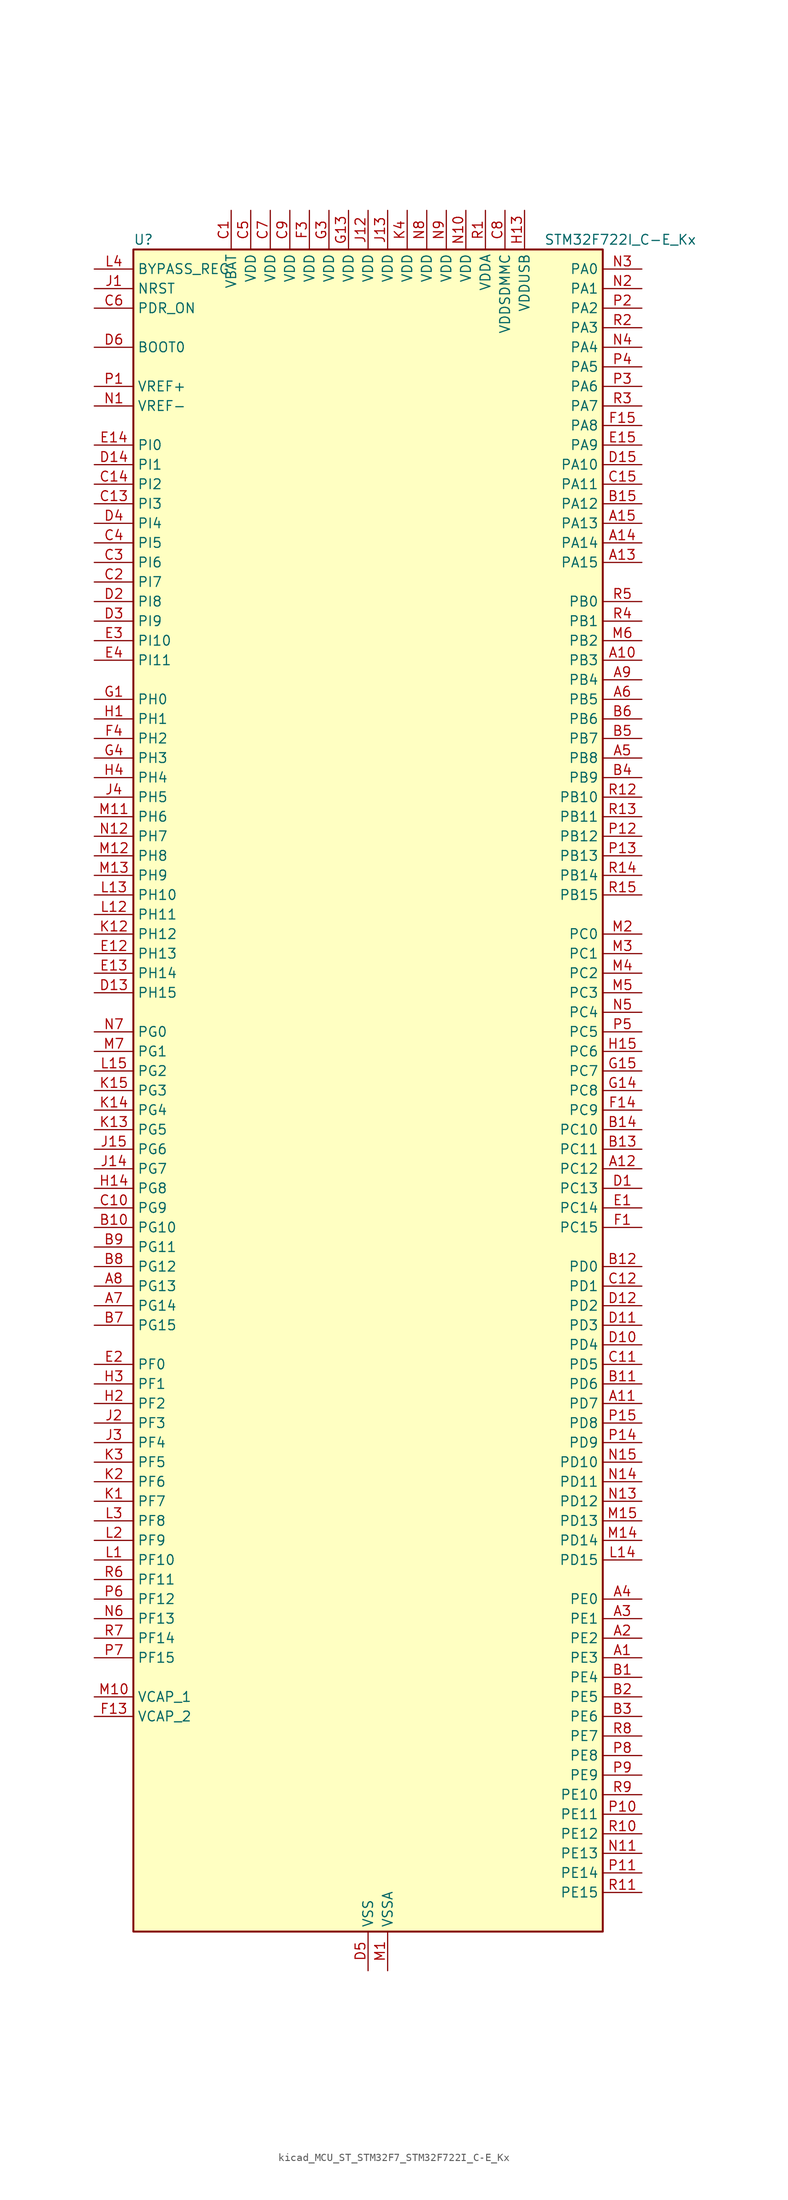
<source format=kicad_sym>
(kicad_symbol_lib
  (version 20220914)
  (generator kicad_symbol_editor)
  (symbol "kicad_MCU_ST_STM32F7_STM32F722I_C-E_Kx"
    (property "Reference" "U"
      (at -30.48 110.49 0)
      (effects (font (size 1.27 1.27)) (justify left)))
    (property "Value" "STM32F722I_C-E_Kx"
      (at 22.86 110.49 0)
      (effects (font (size 1.27 1.27)) (justify left)))
    (property "ki_locked" ""
      (at 0 0 0)
      (effects (font (size 1.27 1.27))))
    (symbol "kicad_MCU_ST_STM32F7_STM32F722I_C-E_Kx_0_1"
      (rectangle (start -30.48 -109.22) (end 30.48 109.22) (stroke (width 0.254) (type default)) (fill (type background))))
    (symbol "kicad_MCU_ST_STM32F7_STM32F722I_C-E_Kx_1_1"
      (pin bidirectional line (at 35.56 -73.66 180) (length 5.08) (name "PE3" (effects (font (size 1.27 1.27)))) (number "A1" (effects (font (size 1.27 1.27)))) (alternate "FMC_A19" bidirectional line) (alternate "SAI1_SD_B" bidirectional line) (alternate "SYS_TRACED0" bidirectional line))
      (pin bidirectional line (at 35.56 55.88 180) (length 5.08) (name "PB3" (effects (font (size 1.27 1.27)))) (number "A10" (effects (font (size 1.27 1.27)))) (alternate "I2S1_CK" bidirectional line) (alternate "I2S3_CK" bidirectional line) (alternate "SDMMC2_D2" bidirectional line) (alternate "SPI1_SCK" bidirectional line) (alternate "SPI3_SCK" bidirectional line) (alternate "SYS_JTDO-SWO" bidirectional line) (alternate "TIM2_CH2" bidirectional line))
      (pin bidirectional line (at 35.56 -40.64 180) (length 5.08) (name "PD7" (effects (font (size 1.27 1.27)))) (number "A11" (effects (font (size 1.27 1.27)))) (alternate "FMC_NE1" bidirectional line) (alternate "SDMMC2_CMD" bidirectional line) (alternate "USART2_CK" bidirectional line))
      (pin bidirectional line (at 35.56 -10.16 180) (length 5.08) (name "PC12" (effects (font (size 1.27 1.27)))) (number "A12" (effects (font (size 1.27 1.27)))) (alternate "I2S3_SD" bidirectional line) (alternate "SDMMC1_CK" bidirectional line) (alternate "SPI3_MOSI" bidirectional line) (alternate "SYS_TRACED3" bidirectional line) (alternate "UART5_TX" bidirectional line) (alternate "USART3_CK" bidirectional line))
      (pin bidirectional line (at 35.56 68.58 180) (length 5.08) (name "PA15" (effects (font (size 1.27 1.27)))) (number "A13" (effects (font (size 1.27 1.27)))) (alternate "I2S1_WS" bidirectional line) (alternate "I2S3_WS" bidirectional line) (alternate "SPI1_NSS" bidirectional line) (alternate "SPI3_NSS" bidirectional line) (alternate "SYS_JTDI" bidirectional line) (alternate "TIM2_CH1" bidirectional line) (alternate "TIM2_ETR" bidirectional line) (alternate "UART4_DE" bidirectional line) (alternate "UART4_RTS" bidirectional line))
      (pin bidirectional line (at 35.56 71.12 180) (length 5.08) (name "PA14" (effects (font (size 1.27 1.27)))) (number "A14" (effects (font (size 1.27 1.27)))) (alternate "SYS_JTCK-SWCLK" bidirectional line))
      (pin bidirectional line (at 35.56 73.66 180) (length 5.08) (name "PA13" (effects (font (size 1.27 1.27)))) (number "A15" (effects (font (size 1.27 1.27)))) (alternate "SYS_JTMS-SWDIO" bidirectional line))
      (pin bidirectional line (at 35.56 -71.12 180) (length 5.08) (name "PE2" (effects (font (size 1.27 1.27)))) (number "A2" (effects (font (size 1.27 1.27)))) (alternate "FMC_A23" bidirectional line) (alternate "QUADSPI_BK1_IO2" bidirectional line) (alternate "SAI1_MCLK_A" bidirectional line) (alternate "SPI4_SCK" bidirectional line) (alternate "SYS_TRACECLK" bidirectional line))
      (pin bidirectional line (at 35.56 -68.58 180) (length 5.08) (name "PE1" (effects (font (size 1.27 1.27)))) (number "A3" (effects (font (size 1.27 1.27)))) (alternate "FMC_NBL1" bidirectional line) (alternate "LPTIM1_IN2" bidirectional line) (alternate "UART8_TX" bidirectional line))
      (pin bidirectional line (at 35.56 -66.04 180) (length 5.08) (name "PE0" (effects (font (size 1.27 1.27)))) (number "A4" (effects (font (size 1.27 1.27)))) (alternate "FMC_NBL0" bidirectional line) (alternate "LPTIM1_ETR" bidirectional line) (alternate "SAI2_MCLK_A" bidirectional line) (alternate "TIM4_ETR" bidirectional line) (alternate "UART8_RX" bidirectional line))
      (pin bidirectional line (at 35.56 43.18 180) (length 5.08) (name "PB8" (effects (font (size 1.27 1.27)))) (number "A5" (effects (font (size 1.27 1.27)))) (alternate "CAN1_RX" bidirectional line) (alternate "I2C1_SCL" bidirectional line) (alternate "SDMMC1_D4" bidirectional line) (alternate "SDMMC2_D4" bidirectional line) (alternate "TIM10_CH1" bidirectional line) (alternate "TIM4_CH3" bidirectional line))
      (pin bidirectional line (at 35.56 50.8 180) (length 5.08) (name "PB5" (effects (font (size 1.27 1.27)))) (number "A6" (effects (font (size 1.27 1.27)))) (alternate "FMC_SDCKE1" bidirectional line) (alternate "I2C1_SMBA" bidirectional line) (alternate "I2S1_SD" bidirectional line) (alternate "I2S3_SD" bidirectional line) (alternate "SPI1_MOSI" bidirectional line) (alternate "SPI3_MOSI" bidirectional line) (alternate "TIM3_CH2" bidirectional line) (alternate "USB_OTG_HS_ULPI_D7" bidirectional line))
      (pin bidirectional line (at -35.56 -27.94 0) (length 5.08) (name "PG14" (effects (font (size 1.27 1.27)))) (number "A7" (effects (font (size 1.27 1.27)))) (alternate "FMC_A25" bidirectional line) (alternate "LPTIM1_ETR" bidirectional line) (alternate "QUADSPI_BK2_IO3" bidirectional line) (alternate "SYS_TRACED1" bidirectional line) (alternate "USART6_TX" bidirectional line))
      (pin bidirectional line (at -35.56 -25.4 0) (length 5.08) (name "PG13" (effects (font (size 1.27 1.27)))) (number "A8" (effects (font (size 1.27 1.27)))) (alternate "FMC_A24" bidirectional line) (alternate "LPTIM1_OUT" bidirectional line) (alternate "SYS_TRACED0" bidirectional line) (alternate "USART6_CTS" bidirectional line))
      (pin bidirectional line (at 35.56 53.34 180) (length 5.08) (name "PB4" (effects (font (size 1.27 1.27)))) (number "A9" (effects (font (size 1.27 1.27)))) (alternate "I2S2_WS" bidirectional line) (alternate "SDMMC2_D3" bidirectional line) (alternate "SPI1_MISO" bidirectional line) (alternate "SPI2_NSS" bidirectional line) (alternate "SPI3_MISO" bidirectional line) (alternate "SYS_JTRST" bidirectional line) (alternate "TIM3_CH1" bidirectional line))
      (pin bidirectional line (at 35.56 -76.2 180) (length 5.08) (name "PE4" (effects (font (size 1.27 1.27)))) (number "B1" (effects (font (size 1.27 1.27)))) (alternate "FMC_A20" bidirectional line) (alternate "SAI1_FS_A" bidirectional line) (alternate "SPI4_NSS" bidirectional line) (alternate "SYS_TRACED1" bidirectional line))
      (pin bidirectional line (at -35.56 -17.78 0) (length 5.08) (name "PG10" (effects (font (size 1.27 1.27)))) (number "B10" (effects (font (size 1.27 1.27)))) (alternate "FMC_NE3" bidirectional line) (alternate "SAI2_SD_B" bidirectional line) (alternate "SDMMC2_D1" bidirectional line))
      (pin bidirectional line (at 35.56 -38.1 180) (length 5.08) (name "PD6" (effects (font (size 1.27 1.27)))) (number "B11" (effects (font (size 1.27 1.27)))) (alternate "FMC_NWAIT" bidirectional line) (alternate "I2S3_SD" bidirectional line) (alternate "SAI1_SD_A" bidirectional line) (alternate "SDMMC2_CK" bidirectional line) (alternate "SPI3_MOSI" bidirectional line) (alternate "USART2_RX" bidirectional line))
      (pin bidirectional line (at 35.56 -22.86 180) (length 5.08) (name "PD0" (effects (font (size 1.27 1.27)))) (number "B12" (effects (font (size 1.27 1.27)))) (alternate "CAN1_RX" bidirectional line) (alternate "FMC_D2" bidirectional line) (alternate "FMC_DA2" bidirectional line))
      (pin bidirectional line (at 35.56 -7.62 180) (length 5.08) (name "PC11" (effects (font (size 1.27 1.27)))) (number "B13" (effects (font (size 1.27 1.27)))) (alternate "ADC1_EXTI11" bidirectional line) (alternate "ADC2_EXTI11" bidirectional line) (alternate "ADC3_EXTI11" bidirectional line) (alternate "QUADSPI_BK2_NCS" bidirectional line) (alternate "SDMMC1_D3" bidirectional line) (alternate "SPI3_MISO" bidirectional line) (alternate "UART4_RX" bidirectional line) (alternate "USART3_RX" bidirectional line))
      (pin bidirectional line (at 35.56 -5.08 180) (length 5.08) (name "PC10" (effects (font (size 1.27 1.27)))) (number "B14" (effects (font (size 1.27 1.27)))) (alternate "I2S3_CK" bidirectional line) (alternate "QUADSPI_BK1_IO1" bidirectional line) (alternate "SDMMC1_D2" bidirectional line) (alternate "SPI3_SCK" bidirectional line) (alternate "UART4_TX" bidirectional line) (alternate "USART3_TX" bidirectional line))
      (pin bidirectional line (at 35.56 76.2 180) (length 5.08) (name "PA12" (effects (font (size 1.27 1.27)))) (number "B15" (effects (font (size 1.27 1.27)))) (alternate "CAN1_TX" bidirectional line) (alternate "SAI2_FS_B" bidirectional line) (alternate "TIM1_ETR" bidirectional line) (alternate "USART1_DE" bidirectional line) (alternate "USART1_RTS" bidirectional line) (alternate "USB_OTG_FS_DP" bidirectional line))
      (pin bidirectional line (at 35.56 -78.74 180) (length 5.08) (name "PE5" (effects (font (size 1.27 1.27)))) (number "B2" (effects (font (size 1.27 1.27)))) (alternate "FMC_A21" bidirectional line) (alternate "SAI1_SCK_A" bidirectional line) (alternate "SPI4_MISO" bidirectional line) (alternate "SYS_TRACED2" bidirectional line) (alternate "TIM9_CH1" bidirectional line))
      (pin bidirectional line (at 35.56 -81.28 180) (length 5.08) (name "PE6" (effects (font (size 1.27 1.27)))) (number "B3" (effects (font (size 1.27 1.27)))) (alternate "FMC_A22" bidirectional line) (alternate "SAI1_SD_A" bidirectional line) (alternate "SAI2_MCLK_B" bidirectional line) (alternate "SPI4_MOSI" bidirectional line) (alternate "SYS_TRACED3" bidirectional line) (alternate "TIM1_BKIN2" bidirectional line) (alternate "TIM9_CH2" bidirectional line))
      (pin bidirectional line (at 35.56 40.64 180) (length 5.08) (name "PB9" (effects (font (size 1.27 1.27)))) (number "B4" (effects (font (size 1.27 1.27)))) (alternate "CAN1_TX" bidirectional line) (alternate "DAC_EXTI9" bidirectional line) (alternate "I2C1_SDA" bidirectional line) (alternate "I2S2_WS" bidirectional line) (alternate "SDMMC1_D5" bidirectional line) (alternate "SDMMC2_D5" bidirectional line) (alternate "SPI2_NSS" bidirectional line) (alternate "TIM11_CH1" bidirectional line) (alternate "TIM4_CH4" bidirectional line))
      (pin bidirectional line (at 35.56 45.72 180) (length 5.08) (name "PB7" (effects (font (size 1.27 1.27)))) (number "B5" (effects (font (size 1.27 1.27)))) (alternate "FMC_NL" bidirectional line) (alternate "I2C1_SDA" bidirectional line) (alternate "TIM4_CH2" bidirectional line) (alternate "USART1_RX" bidirectional line))
      (pin bidirectional line (at 35.56 48.26 180) (length 5.08) (name "PB6" (effects (font (size 1.27 1.27)))) (number "B6" (effects (font (size 1.27 1.27)))) (alternate "FMC_SDNE1" bidirectional line) (alternate "I2C1_SCL" bidirectional line) (alternate "QUADSPI_BK1_NCS" bidirectional line) (alternate "TIM4_CH1" bidirectional line) (alternate "USART1_TX" bidirectional line))
      (pin bidirectional line (at -35.56 -30.48 0) (length 5.08) (name "PG15" (effects (font (size 1.27 1.27)))) (number "B7" (effects (font (size 1.27 1.27)))) (alternate "FMC_SDNCAS" bidirectional line) (alternate "USART6_CTS" bidirectional line))
      (pin bidirectional line (at -35.56 -22.86 0) (length 5.08) (name "PG12" (effects (font (size 1.27 1.27)))) (number "B8" (effects (font (size 1.27 1.27)))) (alternate "FMC_NE4" bidirectional line) (alternate "LPTIM1_IN1" bidirectional line) (alternate "SDMMC2_D3" bidirectional line) (alternate "USART6_DE" bidirectional line) (alternate "USART6_RTS" bidirectional line))
      (pin bidirectional line (at -35.56 -20.32 0) (length 5.08) (name "PG11" (effects (font (size 1.27 1.27)))) (number "B9" (effects (font (size 1.27 1.27)))) (alternate "ADC1_EXTI11" bidirectional line) (alternate "ADC2_EXTI11" bidirectional line) (alternate "ADC3_EXTI11" bidirectional line) (alternate "FMC_INT" bidirectional line) (alternate "SDMMC2_D2" bidirectional line))
      (pin power_in line (at -17.78 114.3 270) (length 5.08) (name "VBAT" (effects (font (size 1.27 1.27)))) (number "C1" (effects (font (size 1.27 1.27)))))
      (pin bidirectional line (at -35.56 -15.24 0) (length 5.08) (name "PG9" (effects (font (size 1.27 1.27)))) (number "C10" (effects (font (size 1.27 1.27)))) (alternate "DAC_EXTI9" bidirectional line) (alternate "FMC_NCE" bidirectional line) (alternate "FMC_NE2" bidirectional line) (alternate "QUADSPI_BK2_IO2" bidirectional line) (alternate "SAI2_FS_B" bidirectional line) (alternate "SDMMC2_D0" bidirectional line) (alternate "USART6_RX" bidirectional line))
      (pin bidirectional line (at 35.56 -35.56 180) (length 5.08) (name "PD5" (effects (font (size 1.27 1.27)))) (number "C11" (effects (font (size 1.27 1.27)))) (alternate "FMC_NWE" bidirectional line) (alternate "USART2_TX" bidirectional line))
      (pin bidirectional line (at 35.56 -25.4 180) (length 5.08) (name "PD1" (effects (font (size 1.27 1.27)))) (number "C12" (effects (font (size 1.27 1.27)))) (alternate "CAN1_TX" bidirectional line) (alternate "FMC_D3" bidirectional line) (alternate "FMC_DA3" bidirectional line))
      (pin bidirectional line (at -35.56 76.2 0) (length 5.08) (name "PI3" (effects (font (size 1.27 1.27)))) (number "C13" (effects (font (size 1.27 1.27)))) (alternate "FMC_D27" bidirectional line) (alternate "I2S2_SD" bidirectional line) (alternate "SPI2_MOSI" bidirectional line) (alternate "TIM8_ETR" bidirectional line))
      (pin bidirectional line (at -35.56 78.74 0) (length 5.08) (name "PI2" (effects (font (size 1.27 1.27)))) (number "C14" (effects (font (size 1.27 1.27)))) (alternate "FMC_D26" bidirectional line) (alternate "SPI2_MISO" bidirectional line) (alternate "TIM8_CH4" bidirectional line))
      (pin bidirectional line (at 35.56 78.74 180) (length 5.08) (name "PA11" (effects (font (size 1.27 1.27)))) (number "C15" (effects (font (size 1.27 1.27)))) (alternate "ADC1_EXTI11" bidirectional line) (alternate "ADC2_EXTI11" bidirectional line) (alternate "ADC3_EXTI11" bidirectional line) (alternate "CAN1_RX" bidirectional line) (alternate "TIM1_CH4" bidirectional line) (alternate "USART1_CTS" bidirectional line) (alternate "USB_OTG_FS_DM" bidirectional line))
      (pin bidirectional line (at -35.56 66.04 0) (length 5.08) (name "PI7" (effects (font (size 1.27 1.27)))) (number "C2" (effects (font (size 1.27 1.27)))) (alternate "FMC_D29" bidirectional line) (alternate "SAI2_FS_A" bidirectional line) (alternate "TIM8_CH3" bidirectional line))
      (pin bidirectional line (at -35.56 68.58 0) (length 5.08) (name "PI6" (effects (font (size 1.27 1.27)))) (number "C3" (effects (font (size 1.27 1.27)))) (alternate "FMC_D28" bidirectional line) (alternate "SAI2_SD_A" bidirectional line) (alternate "TIM8_CH2" bidirectional line))
      (pin bidirectional line (at -35.56 71.12 0) (length 5.08) (name "PI5" (effects (font (size 1.27 1.27)))) (number "C4" (effects (font (size 1.27 1.27)))) (alternate "FMC_NBL3" bidirectional line) (alternate "SAI2_SCK_A" bidirectional line) (alternate "TIM8_CH1" bidirectional line))
      (pin power_in line (at -15.24 114.3 270) (length 5.08) (name "VDD" (effects (font (size 1.27 1.27)))) (number "C5" (effects (font (size 1.27 1.27)))))
      (pin input line (at -35.56 101.6 0) (length 5.08) (name "PDR_ON" (effects (font (size 1.27 1.27)))) (number "C6" (effects (font (size 1.27 1.27)))))
      (pin power_in line (at -12.7 114.3 270) (length 5.08) (name "VDD" (effects (font (size 1.27 1.27)))) (number "C7" (effects (font (size 1.27 1.27)))))
      (pin power_in line (at 17.78 114.3 270) (length 5.08) (name "VDDSDMMC" (effects (font (size 1.27 1.27)))) (number "C8" (effects (font (size 1.27 1.27)))))
      (pin power_in line (at -10.16 114.3 270) (length 5.08) (name "VDD" (effects (font (size 1.27 1.27)))) (number "C9" (effects (font (size 1.27 1.27)))))
      (pin bidirectional line (at 35.56 -12.7 180) (length 5.08) (name "PC13" (effects (font (size 1.27 1.27)))) (number "D1" (effects (font (size 1.27 1.27)))) (alternate "RTC_OUT" bidirectional line) (alternate "RTC_TAMP1" bidirectional line) (alternate "RTC_TS" bidirectional line) (alternate "SYS_WKUP4" bidirectional line))
      (pin bidirectional line (at 35.56 -33.02 180) (length 5.08) (name "PD4" (effects (font (size 1.27 1.27)))) (number "D10" (effects (font (size 1.27 1.27)))) (alternate "FMC_NOE" bidirectional line) (alternate "USART2_DE" bidirectional line) (alternate "USART2_RTS" bidirectional line))
      (pin bidirectional line (at 35.56 -30.48 180) (length 5.08) (name "PD3" (effects (font (size 1.27 1.27)))) (number "D11" (effects (font (size 1.27 1.27)))) (alternate "FMC_CLK" bidirectional line) (alternate "I2S2_CK" bidirectional line) (alternate "SPI2_SCK" bidirectional line) (alternate "USART2_CTS" bidirectional line))
      (pin bidirectional line (at 35.56 -27.94 180) (length 5.08) (name "PD2" (effects (font (size 1.27 1.27)))) (number "D12" (effects (font (size 1.27 1.27)))) (alternate "SDMMC1_CMD" bidirectional line) (alternate "SYS_TRACED2" bidirectional line) (alternate "TIM3_ETR" bidirectional line) (alternate "UART5_RX" bidirectional line))
      (pin bidirectional line (at -35.56 12.7 0) (length 5.08) (name "PH15" (effects (font (size 1.27 1.27)))) (number "D13" (effects (font (size 1.27 1.27)))) (alternate "FMC_D23" bidirectional line) (alternate "TIM8_CH3N" bidirectional line))
      (pin bidirectional line (at -35.56 81.28 0) (length 5.08) (name "PI1" (effects (font (size 1.27 1.27)))) (number "D14" (effects (font (size 1.27 1.27)))) (alternate "FMC_D25" bidirectional line) (alternate "I2S2_CK" bidirectional line) (alternate "SPI2_SCK" bidirectional line) (alternate "TIM8_BKIN2" bidirectional line))
      (pin bidirectional line (at 35.56 81.28 180) (length 5.08) (name "PA10" (effects (font (size 1.27 1.27)))) (number "D15" (effects (font (size 1.27 1.27)))) (alternate "TIM1_CH3" bidirectional line) (alternate "USART1_RX" bidirectional line) (alternate "USB_OTG_FS_ID" bidirectional line))
      (pin bidirectional line (at -35.56 63.5 0) (length 5.08) (name "PI8" (effects (font (size 1.27 1.27)))) (number "D2" (effects (font (size 1.27 1.27)))) (alternate "RTC_TAMP2" bidirectional line) (alternate "RTC_TS" bidirectional line) (alternate "SYS_WKUP5" bidirectional line))
      (pin bidirectional line (at -35.56 60.96 0) (length 5.08) (name "PI9" (effects (font (size 1.27 1.27)))) (number "D3" (effects (font (size 1.27 1.27)))) (alternate "CAN1_RX" bidirectional line) (alternate "DAC_EXTI9" bidirectional line) (alternate "FMC_D30" bidirectional line) (alternate "UART4_RX" bidirectional line))
      (pin bidirectional line (at -35.56 73.66 0) (length 5.08) (name "PI4" (effects (font (size 1.27 1.27)))) (number "D4" (effects (font (size 1.27 1.27)))) (alternate "FMC_NBL2" bidirectional line) (alternate "SAI2_MCLK_A" bidirectional line) (alternate "TIM8_BKIN" bidirectional line))
      (pin power_in line (at 0 -114.3 90) (length 5.08) (name "VSS" (effects (font (size 1.27 1.27)))) (number "D5" (effects (font (size 1.27 1.27)))))
      (pin input line (at -35.56 96.52 0) (length 5.08) (name "BOOT0" (effects (font (size 1.27 1.27)))) (number "D6" (effects (font (size 1.27 1.27)))))
      (pin passive line (at 0 -114.3 90) (length 5.08) hide (name "VSS" (effects (font (size 1.27 1.27)))) (number "D7" (effects (font (size 1.27 1.27)))))
      (pin passive line (at 0 -114.3 90) (length 5.08) hide (name "VSS" (effects (font (size 1.27 1.27)))) (number "D8" (effects (font (size 1.27 1.27)))))
      (pin passive line (at 0 -114.3 90) (length 5.08) hide (name "VSS" (effects (font (size 1.27 1.27)))) (number "D9" (effects (font (size 1.27 1.27)))))
      (pin bidirectional line (at 35.56 -15.24 180) (length 5.08) (name "PC14" (effects (font (size 1.27 1.27)))) (number "E1" (effects (font (size 1.27 1.27)))) (alternate "RCC_OSC32_IN" bidirectional line))
      (pin bidirectional line (at -35.56 17.78 0) (length 5.08) (name "PH13" (effects (font (size 1.27 1.27)))) (number "E12" (effects (font (size 1.27 1.27)))) (alternate "CAN1_TX" bidirectional line) (alternate "FMC_D21" bidirectional line) (alternate "TIM8_CH1N" bidirectional line) (alternate "UART4_TX" bidirectional line))
      (pin bidirectional line (at -35.56 15.24 0) (length 5.08) (name "PH14" (effects (font (size 1.27 1.27)))) (number "E13" (effects (font (size 1.27 1.27)))) (alternate "CAN1_RX" bidirectional line) (alternate "FMC_D22" bidirectional line) (alternate "TIM8_CH2N" bidirectional line) (alternate "UART4_RX" bidirectional line))
      (pin bidirectional line (at -35.56 83.82 0) (length 5.08) (name "PI0" (effects (font (size 1.27 1.27)))) (number "E14" (effects (font (size 1.27 1.27)))) (alternate "FMC_D24" bidirectional line) (alternate "I2S2_WS" bidirectional line) (alternate "SPI2_NSS" bidirectional line) (alternate "TIM5_CH4" bidirectional line))
      (pin bidirectional line (at 35.56 83.82 180) (length 5.08) (name "PA9" (effects (font (size 1.27 1.27)))) (number "E15" (effects (font (size 1.27 1.27)))) (alternate "DAC_EXTI9" bidirectional line) (alternate "I2C3_SMBA" bidirectional line) (alternate "I2S2_CK" bidirectional line) (alternate "SPI2_SCK" bidirectional line) (alternate "TIM1_CH2" bidirectional line) (alternate "USART1_TX" bidirectional line) (alternate "USB_OTG_FS_VBUS" bidirectional line))
      (pin bidirectional line (at -35.56 -35.56 0) (length 5.08) (name "PF0" (effects (font (size 1.27 1.27)))) (number "E2" (effects (font (size 1.27 1.27)))) (alternate "FMC_A0" bidirectional line) (alternate "I2C2_SDA" bidirectional line))
      (pin bidirectional line (at -35.56 58.42 0) (length 5.08) (name "PI10" (effects (font (size 1.27 1.27)))) (number "E3" (effects (font (size 1.27 1.27)))) (alternate "FMC_D31" bidirectional line))
      (pin bidirectional line (at -35.56 55.88 0) (length 5.08) (name "PI11" (effects (font (size 1.27 1.27)))) (number "E4" (effects (font (size 1.27 1.27)))) (alternate "ADC1_EXTI11" bidirectional line) (alternate "ADC2_EXTI11" bidirectional line) (alternate "ADC3_EXTI11" bidirectional line) (alternate "SYS_WKUP6" bidirectional line) (alternate "USB_OTG_HS_ULPI_DIR" bidirectional line))
      (pin bidirectional line (at 35.56 -17.78 180) (length 5.08) (name "PC15" (effects (font (size 1.27 1.27)))) (number "F1" (effects (font (size 1.27 1.27)))) (alternate "RCC_OSC32_OUT" bidirectional line))
      (pin passive line (at 0 -114.3 90) (length 5.08) hide (name "VSS" (effects (font (size 1.27 1.27)))) (number "F10" (effects (font (size 1.27 1.27)))))
      (pin passive line (at 0 -114.3 90) (length 5.08) hide (name "VSS" (effects (font (size 1.27 1.27)))) (number "F12" (effects (font (size 1.27 1.27)))))
      (pin power_out line (at -35.56 -81.28 0) (length 5.08) (name "VCAP_2" (effects (font (size 1.27 1.27)))) (number "F13" (effects (font (size 1.27 1.27)))))
      (pin bidirectional line (at 35.56 -2.54 180) (length 5.08) (name "PC9" (effects (font (size 1.27 1.27)))) (number "F14" (effects (font (size 1.27 1.27)))) (alternate "DAC_EXTI9" bidirectional line) (alternate "I2C3_SDA" bidirectional line) (alternate "I2S_CKIN" bidirectional line) (alternate "QUADSPI_BK1_IO0" bidirectional line) (alternate "RCC_MCO_2" bidirectional line) (alternate "SDMMC1_D1" bidirectional line) (alternate "TIM3_CH4" bidirectional line) (alternate "TIM8_CH4" bidirectional line) (alternate "UART5_CTS" bidirectional line))
      (pin bidirectional line (at 35.56 86.36 180) (length 5.08) (name "PA8" (effects (font (size 1.27 1.27)))) (number "F15" (effects (font (size 1.27 1.27)))) (alternate "I2C3_SCL" bidirectional line) (alternate "RCC_MCO_1" bidirectional line) (alternate "TIM1_CH1" bidirectional line) (alternate "TIM8_BKIN2" bidirectional line) (alternate "USART1_CK" bidirectional line) (alternate "USB_OTG_FS_SOF" bidirectional line))
      (pin passive line (at 0 -114.3 90) (length 5.08) hide (name "VSS" (effects (font (size 1.27 1.27)))) (number "F2" (effects (font (size 1.27 1.27)))))
      (pin power_in line (at -7.62 114.3 270) (length 5.08) (name "VDD" (effects (font (size 1.27 1.27)))) (number "F3" (effects (font (size 1.27 1.27)))))
      (pin bidirectional line (at -35.56 45.72 0) (length 5.08) (name "PH2" (effects (font (size 1.27 1.27)))) (number "F4" (effects (font (size 1.27 1.27)))) (alternate "FMC_SDCKE0" bidirectional line) (alternate "LPTIM1_IN2" bidirectional line) (alternate "QUADSPI_BK2_IO0" bidirectional line) (alternate "SAI2_SCK_B" bidirectional line))
      (pin passive line (at 0 -114.3 90) (length 5.08) hide (name "VSS" (effects (font (size 1.27 1.27)))) (number "F6" (effects (font (size 1.27 1.27)))))
      (pin passive line (at 0 -114.3 90) (length 5.08) hide (name "VSS" (effects (font (size 1.27 1.27)))) (number "F7" (effects (font (size 1.27 1.27)))))
      (pin passive line (at 0 -114.3 90) (length 5.08) hide (name "VSS" (effects (font (size 1.27 1.27)))) (number "F8" (effects (font (size 1.27 1.27)))))
      (pin passive line (at 0 -114.3 90) (length 5.08) hide (name "VSS" (effects (font (size 1.27 1.27)))) (number "F9" (effects (font (size 1.27 1.27)))))
      (pin bidirectional line (at -35.56 50.8 0) (length 5.08) (name "PH0" (effects (font (size 1.27 1.27)))) (number "G1" (effects (font (size 1.27 1.27)))) (alternate "RCC_OSC_IN" bidirectional line))
      (pin passive line (at 0 -114.3 90) (length 5.08) hide (name "VSS" (effects (font (size 1.27 1.27)))) (number "G10" (effects (font (size 1.27 1.27)))))
      (pin passive line (at 0 -114.3 90) (length 5.08) hide (name "VSS" (effects (font (size 1.27 1.27)))) (number "G12" (effects (font (size 1.27 1.27)))))
      (pin power_in line (at -2.54 114.3 270) (length 5.08) (name "VDD" (effects (font (size 1.27 1.27)))) (number "G13" (effects (font (size 1.27 1.27)))))
      (pin bidirectional line (at 35.56 0 180) (length 5.08) (name "PC8" (effects (font (size 1.27 1.27)))) (number "G14" (effects (font (size 1.27 1.27)))) (alternate "SDMMC1_D0" bidirectional line) (alternate "SYS_TRACED1" bidirectional line) (alternate "TIM3_CH3" bidirectional line) (alternate "TIM8_CH3" bidirectional line) (alternate "UART5_DE" bidirectional line) (alternate "UART5_RTS" bidirectional line) (alternate "USART6_CK" bidirectional line))
      (pin bidirectional line (at 35.56 2.54 180) (length 5.08) (name "PC7" (effects (font (size 1.27 1.27)))) (number "G15" (effects (font (size 1.27 1.27)))) (alternate "I2S3_MCK" bidirectional line) (alternate "SDMMC1_D7" bidirectional line) (alternate "SDMMC2_D7" bidirectional line) (alternate "TIM3_CH2" bidirectional line) (alternate "TIM8_CH2" bidirectional line) (alternate "USART6_RX" bidirectional line))
      (pin passive line (at 0 -114.3 90) (length 5.08) hide (name "VSS" (effects (font (size 1.27 1.27)))) (number "G2" (effects (font (size 1.27 1.27)))))
      (pin power_in line (at -5.08 114.3 270) (length 5.08) (name "VDD" (effects (font (size 1.27 1.27)))) (number "G3" (effects (font (size 1.27 1.27)))))
      (pin bidirectional line (at -35.56 43.18 0) (length 5.08) (name "PH3" (effects (font (size 1.27 1.27)))) (number "G4" (effects (font (size 1.27 1.27)))) (alternate "FMC_SDNE0" bidirectional line) (alternate "QUADSPI_BK2_IO1" bidirectional line) (alternate "SAI2_MCLK_B" bidirectional line))
      (pin passive line (at 0 -114.3 90) (length 5.08) hide (name "VSS" (effects (font (size 1.27 1.27)))) (number "G6" (effects (font (size 1.27 1.27)))))
      (pin passive line (at 0 -114.3 90) (length 5.08) hide (name "VSS" (effects (font (size 1.27 1.27)))) (number "G7" (effects (font (size 1.27 1.27)))))
      (pin passive line (at 0 -114.3 90) (length 5.08) hide (name "VSS" (effects (font (size 1.27 1.27)))) (number "G8" (effects (font (size 1.27 1.27)))))
      (pin passive line (at 0 -114.3 90) (length 5.08) hide (name "VSS" (effects (font (size 1.27 1.27)))) (number "G9" (effects (font (size 1.27 1.27)))))
      (pin bidirectional line (at -35.56 48.26 0) (length 5.08) (name "PH1" (effects (font (size 1.27 1.27)))) (number "H1" (effects (font (size 1.27 1.27)))) (alternate "RCC_OSC_OUT" bidirectional line))
      (pin passive line (at 0 -114.3 90) (length 5.08) hide (name "VSS" (effects (font (size 1.27 1.27)))) (number "H10" (effects (font (size 1.27 1.27)))))
      (pin passive line (at 0 -114.3 90) (length 5.08) hide (name "VSS" (effects (font (size 1.27 1.27)))) (number "H12" (effects (font (size 1.27 1.27)))))
      (pin power_in line (at 20.32 114.3 270) (length 5.08) (name "VDDUSB" (effects (font (size 1.27 1.27)))) (number "H13" (effects (font (size 1.27 1.27)))))
      (pin bidirectional line (at -35.56 -12.7 0) (length 5.08) (name "PG8" (effects (font (size 1.27 1.27)))) (number "H14" (effects (font (size 1.27 1.27)))) (alternate "FMC_SDCLK" bidirectional line) (alternate "USART6_DE" bidirectional line) (alternate "USART6_RTS" bidirectional line))
      (pin bidirectional line (at 35.56 5.08 180) (length 5.08) (name "PC6" (effects (font (size 1.27 1.27)))) (number "H15" (effects (font (size 1.27 1.27)))) (alternate "I2S2_MCK" bidirectional line) (alternate "SDMMC1_D6" bidirectional line) (alternate "SDMMC2_D6" bidirectional line) (alternate "TIM3_CH1" bidirectional line) (alternate "TIM8_CH1" bidirectional line) (alternate "USART6_TX" bidirectional line))
      (pin bidirectional line (at -35.56 -40.64 0) (length 5.08) (name "PF2" (effects (font (size 1.27 1.27)))) (number "H2" (effects (font (size 1.27 1.27)))) (alternate "FMC_A2" bidirectional line) (alternate "I2C2_SMBA" bidirectional line))
      (pin bidirectional line (at -35.56 -38.1 0) (length 5.08) (name "PF1" (effects (font (size 1.27 1.27)))) (number "H3" (effects (font (size 1.27 1.27)))) (alternate "FMC_A1" bidirectional line) (alternate "I2C2_SCL" bidirectional line))
      (pin bidirectional line (at -35.56 40.64 0) (length 5.08) (name "PH4" (effects (font (size 1.27 1.27)))) (number "H4" (effects (font (size 1.27 1.27)))) (alternate "I2C2_SCL" bidirectional line) (alternate "USB_OTG_HS_ULPI_NXT" bidirectional line))
      (pin passive line (at 0 -114.3 90) (length 5.08) hide (name "VSS" (effects (font (size 1.27 1.27)))) (number "H6" (effects (font (size 1.27 1.27)))))
      (pin passive line (at 0 -114.3 90) (length 5.08) hide (name "VSS" (effects (font (size 1.27 1.27)))) (number "H7" (effects (font (size 1.27 1.27)))))
      (pin passive line (at 0 -114.3 90) (length 5.08) hide (name "VSS" (effects (font (size 1.27 1.27)))) (number "H8" (effects (font (size 1.27 1.27)))))
      (pin passive line (at 0 -114.3 90) (length 5.08) hide (name "VSS" (effects (font (size 1.27 1.27)))) (number "H9" (effects (font (size 1.27 1.27)))))
      (pin input line (at -35.56 104.14 0) (length 5.08) (name "NRST" (effects (font (size 1.27 1.27)))) (number "J1" (effects (font (size 1.27 1.27)))))
      (pin passive line (at 0 -114.3 90) (length 5.08) hide (name "VSS" (effects (font (size 1.27 1.27)))) (number "J10" (effects (font (size 1.27 1.27)))))
      (pin power_in line (at 0 114.3 270) (length 5.08) (name "VDD" (effects (font (size 1.27 1.27)))) (number "J12" (effects (font (size 1.27 1.27)))))
      (pin power_in line (at 2.54 114.3 270) (length 5.08) (name "VDD" (effects (font (size 1.27 1.27)))) (number "J13" (effects (font (size 1.27 1.27)))))
      (pin bidirectional line (at -35.56 -10.16 0) (length 5.08) (name "PG7" (effects (font (size 1.27 1.27)))) (number "J14" (effects (font (size 1.27 1.27)))) (alternate "FMC_INT" bidirectional line) (alternate "USART6_CK" bidirectional line))
      (pin bidirectional line (at -35.56 -7.62 0) (length 5.08) (name "PG6" (effects (font (size 1.27 1.27)))) (number "J15" (effects (font (size 1.27 1.27)))))
      (pin bidirectional line (at -35.56 -43.18 0) (length 5.08) (name "PF3" (effects (font (size 1.27 1.27)))) (number "J2" (effects (font (size 1.27 1.27)))) (alternate "ADC3_IN9" bidirectional line) (alternate "FMC_A3" bidirectional line))
      (pin bidirectional line (at -35.56 -45.72 0) (length 5.08) (name "PF4" (effects (font (size 1.27 1.27)))) (number "J3" (effects (font (size 1.27 1.27)))) (alternate "ADC3_IN14" bidirectional line) (alternate "FMC_A4" bidirectional line))
      (pin bidirectional line (at -35.56 38.1 0) (length 5.08) (name "PH5" (effects (font (size 1.27 1.27)))) (number "J4" (effects (font (size 1.27 1.27)))) (alternate "FMC_SDNWE" bidirectional line) (alternate "I2C2_SDA" bidirectional line) (alternate "SPI5_NSS" bidirectional line))
      (pin passive line (at 0 -114.3 90) (length 5.08) hide (name "VSS" (effects (font (size 1.27 1.27)))) (number "J6" (effects (font (size 1.27 1.27)))))
      (pin passive line (at 0 -114.3 90) (length 5.08) hide (name "VSS" (effects (font (size 1.27 1.27)))) (number "J7" (effects (font (size 1.27 1.27)))))
      (pin passive line (at 0 -114.3 90) (length 5.08) hide (name "VSS" (effects (font (size 1.27 1.27)))) (number "J8" (effects (font (size 1.27 1.27)))))
      (pin passive line (at 0 -114.3 90) (length 5.08) hide (name "VSS" (effects (font (size 1.27 1.27)))) (number "J9" (effects (font (size 1.27 1.27)))))
      (pin bidirectional line (at -35.56 -53.34 0) (length 5.08) (name "PF7" (effects (font (size 1.27 1.27)))) (number "K1" (effects (font (size 1.27 1.27)))) (alternate "ADC3_IN5" bidirectional line) (alternate "QUADSPI_BK1_IO2" bidirectional line) (alternate "SAI1_MCLK_B" bidirectional line) (alternate "SPI5_SCK" bidirectional line) (alternate "TIM11_CH1" bidirectional line) (alternate "UART7_TX" bidirectional line))
      (pin passive line (at 0 -114.3 90) (length 5.08) hide (name "VSS" (effects (font (size 1.27 1.27)))) (number "K10" (effects (font (size 1.27 1.27)))))
      (pin bidirectional line (at -35.56 20.32 0) (length 5.08) (name "PH12" (effects (font (size 1.27 1.27)))) (number "K12" (effects (font (size 1.27 1.27)))) (alternate "FMC_D20" bidirectional line) (alternate "TIM5_CH3" bidirectional line))
      (pin bidirectional line (at -35.56 -5.08 0) (length 5.08) (name "PG5" (effects (font (size 1.27 1.27)))) (number "K13" (effects (font (size 1.27 1.27)))) (alternate "FMC_A15" bidirectional line) (alternate "FMC_BA1" bidirectional line))
      (pin bidirectional line (at -35.56 -2.54 0) (length 5.08) (name "PG4" (effects (font (size 1.27 1.27)))) (number "K14" (effects (font (size 1.27 1.27)))) (alternate "FMC_A14" bidirectional line) (alternate "FMC_BA0" bidirectional line))
      (pin bidirectional line (at -35.56 0 0) (length 5.08) (name "PG3" (effects (font (size 1.27 1.27)))) (number "K15" (effects (font (size 1.27 1.27)))) (alternate "FMC_A13" bidirectional line))
      (pin bidirectional line (at -35.56 -50.8 0) (length 5.08) (name "PF6" (effects (font (size 1.27 1.27)))) (number "K2" (effects (font (size 1.27 1.27)))) (alternate "ADC3_IN4" bidirectional line) (alternate "QUADSPI_BK1_IO3" bidirectional line) (alternate "SAI1_SD_B" bidirectional line) (alternate "SPI5_NSS" bidirectional line) (alternate "TIM10_CH1" bidirectional line) (alternate "UART7_RX" bidirectional line))
      (pin bidirectional line (at -35.56 -48.26 0) (length 5.08) (name "PF5" (effects (font (size 1.27 1.27)))) (number "K3" (effects (font (size 1.27 1.27)))) (alternate "ADC3_IN15" bidirectional line) (alternate "FMC_A5" bidirectional line))
      (pin power_in line (at 5.08 114.3 270) (length 5.08) (name "VDD" (effects (font (size 1.27 1.27)))) (number "K4" (effects (font (size 1.27 1.27)))))
      (pin passive line (at 0 -114.3 90) (length 5.08) hide (name "VSS" (effects (font (size 1.27 1.27)))) (number "K6" (effects (font (size 1.27 1.27)))))
      (pin passive line (at 0 -114.3 90) (length 5.08) hide (name "VSS" (effects (font (size 1.27 1.27)))) (number "K7" (effects (font (size 1.27 1.27)))))
      (pin passive line (at 0 -114.3 90) (length 5.08) hide (name "VSS" (effects (font (size 1.27 1.27)))) (number "K8" (effects (font (size 1.27 1.27)))))
      (pin passive line (at 0 -114.3 90) (length 5.08) hide (name "VSS" (effects (font (size 1.27 1.27)))) (number "K9" (effects (font (size 1.27 1.27)))))
      (pin bidirectional line (at -35.56 -60.96 0) (length 5.08) (name "PF10" (effects (font (size 1.27 1.27)))) (number "L1" (effects (font (size 1.27 1.27)))) (alternate "ADC3_IN8" bidirectional line))
      (pin bidirectional line (at -35.56 22.86 0) (length 5.08) (name "PH11" (effects (font (size 1.27 1.27)))) (number "L12" (effects (font (size 1.27 1.27)))) (alternate "ADC1_EXTI11" bidirectional line) (alternate "ADC2_EXTI11" bidirectional line) (alternate "ADC3_EXTI11" bidirectional line) (alternate "FMC_D19" bidirectional line) (alternate "TIM5_CH2" bidirectional line))
      (pin bidirectional line (at -35.56 25.4 0) (length 5.08) (name "PH10" (effects (font (size 1.27 1.27)))) (number "L13" (effects (font (size 1.27 1.27)))) (alternate "FMC_D18" bidirectional line) (alternate "TIM5_CH1" bidirectional line))
      (pin bidirectional line (at 35.56 -60.96 180) (length 5.08) (name "PD15" (effects (font (size 1.27 1.27)))) (number "L14" (effects (font (size 1.27 1.27)))) (alternate "FMC_D1" bidirectional line) (alternate "FMC_DA1" bidirectional line) (alternate "TIM4_CH4" bidirectional line) (alternate "UART8_DE" bidirectional line) (alternate "UART8_RTS" bidirectional line))
      (pin bidirectional line (at -35.56 2.54 0) (length 5.08) (name "PG2" (effects (font (size 1.27 1.27)))) (number "L15" (effects (font (size 1.27 1.27)))) (alternate "FMC_A12" bidirectional line))
      (pin bidirectional line (at -35.56 -58.42 0) (length 5.08) (name "PF9" (effects (font (size 1.27 1.27)))) (number "L2" (effects (font (size 1.27 1.27)))) (alternate "ADC3_IN7" bidirectional line) (alternate "DAC_EXTI9" bidirectional line) (alternate "QUADSPI_BK1_IO1" bidirectional line) (alternate "SAI1_FS_B" bidirectional line) (alternate "SPI5_MOSI" bidirectional line) (alternate "TIM14_CH1" bidirectional line) (alternate "UART7_CTS" bidirectional line))
      (pin bidirectional line (at -35.56 -55.88 0) (length 5.08) (name "PF8" (effects (font (size 1.27 1.27)))) (number "L3" (effects (font (size 1.27 1.27)))) (alternate "ADC3_IN6" bidirectional line) (alternate "QUADSPI_BK1_IO0" bidirectional line) (alternate "SAI1_SCK_B" bidirectional line) (alternate "SPI5_MISO" bidirectional line) (alternate "TIM13_CH1" bidirectional line) (alternate "UART7_DE" bidirectional line) (alternate "UART7_RTS" bidirectional line))
      (pin input line (at -35.56 106.68 0) (length 5.08) (name "BYPASS_REG" (effects (font (size 1.27 1.27)))) (number "L4" (effects (font (size 1.27 1.27)))))
      (pin power_in line (at 2.54 -114.3 90) (length 5.08) (name "VSSA" (effects (font (size 1.27 1.27)))) (number "M1" (effects (font (size 1.27 1.27)))))
      (pin power_out line (at -35.56 -78.74 0) (length 5.08) (name "VCAP_1" (effects (font (size 1.27 1.27)))) (number "M10" (effects (font (size 1.27 1.27)))))
      (pin bidirectional line (at -35.56 35.56 0) (length 5.08) (name "PH6" (effects (font (size 1.27 1.27)))) (number "M11" (effects (font (size 1.27 1.27)))) (alternate "FMC_SDNE1" bidirectional line) (alternate "I2C2_SMBA" bidirectional line) (alternate "SPI5_SCK" bidirectional line) (alternate "TIM12_CH1" bidirectional line))
      (pin bidirectional line (at -35.56 30.48 0) (length 5.08) (name "PH8" (effects (font (size 1.27 1.27)))) (number "M12" (effects (font (size 1.27 1.27)))) (alternate "FMC_D16" bidirectional line) (alternate "I2C3_SDA" bidirectional line))
      (pin bidirectional line (at -35.56 27.94 0) (length 5.08) (name "PH9" (effects (font (size 1.27 1.27)))) (number "M13" (effects (font (size 1.27 1.27)))) (alternate "DAC_EXTI9" bidirectional line) (alternate "FMC_D17" bidirectional line) (alternate "I2C3_SMBA" bidirectional line) (alternate "TIM12_CH2" bidirectional line))
      (pin bidirectional line (at 35.56 -58.42 180) (length 5.08) (name "PD14" (effects (font (size 1.27 1.27)))) (number "M14" (effects (font (size 1.27 1.27)))) (alternate "FMC_D0" bidirectional line) (alternate "FMC_DA0" bidirectional line) (alternate "TIM4_CH3" bidirectional line) (alternate "UART8_CTS" bidirectional line))
      (pin bidirectional line (at 35.56 -55.88 180) (length 5.08) (name "PD13" (effects (font (size 1.27 1.27)))) (number "M15" (effects (font (size 1.27 1.27)))) (alternate "FMC_A18" bidirectional line) (alternate "LPTIM1_OUT" bidirectional line) (alternate "QUADSPI_BK1_IO3" bidirectional line) (alternate "SAI2_SCK_A" bidirectional line) (alternate "TIM4_CH2" bidirectional line))
      (pin bidirectional line (at 35.56 20.32 180) (length 5.08) (name "PC0" (effects (font (size 1.27 1.27)))) (number "M2" (effects (font (size 1.27 1.27)))) (alternate "ADC1_IN10" bidirectional line) (alternate "ADC2_IN10" bidirectional line) (alternate "ADC3_IN10" bidirectional line) (alternate "FMC_SDNWE" bidirectional line) (alternate "SAI2_FS_B" bidirectional line) (alternate "USB_OTG_HS_ULPI_STP" bidirectional line))
      (pin bidirectional line (at 35.56 17.78 180) (length 5.08) (name "PC1" (effects (font (size 1.27 1.27)))) (number "M3" (effects (font (size 1.27 1.27)))) (alternate "ADC1_IN11" bidirectional line) (alternate "ADC2_IN11" bidirectional line) (alternate "ADC3_IN11" bidirectional line) (alternate "I2S2_SD" bidirectional line) (alternate "RTC_TAMP3" bidirectional line) (alternate "RTC_TS" bidirectional line) (alternate "SAI1_SD_A" bidirectional line) (alternate "SPI2_MOSI" bidirectional line) (alternate "SYS_TRACED0" bidirectional line) (alternate "SYS_WKUP3" bidirectional line))
      (pin bidirectional line (at 35.56 15.24 180) (length 5.08) (name "PC2" (effects (font (size 1.27 1.27)))) (number "M4" (effects (font (size 1.27 1.27)))) (alternate "ADC1_IN12" bidirectional line) (alternate "ADC2_IN12" bidirectional line) (alternate "ADC3_IN12" bidirectional line) (alternate "FMC_SDNE0" bidirectional line) (alternate "SPI2_MISO" bidirectional line) (alternate "USB_OTG_HS_ULPI_DIR" bidirectional line))
      (pin bidirectional line (at 35.56 12.7 180) (length 5.08) (name "PC3" (effects (font (size 1.27 1.27)))) (number "M5" (effects (font (size 1.27 1.27)))) (alternate "ADC1_IN13" bidirectional line) (alternate "ADC2_IN13" bidirectional line) (alternate "ADC3_IN13" bidirectional line) (alternate "FMC_SDCKE0" bidirectional line) (alternate "I2S2_SD" bidirectional line) (alternate "SPI2_MOSI" bidirectional line) (alternate "USB_OTG_HS_ULPI_NXT" bidirectional line))
      (pin bidirectional line (at 35.56 58.42 180) (length 5.08) (name "PB2" (effects (font (size 1.27 1.27)))) (number "M6" (effects (font (size 1.27 1.27)))) (alternate "I2S3_SD" bidirectional line) (alternate "QUADSPI_CLK" bidirectional line) (alternate "SAI1_SD_A" bidirectional line) (alternate "SPI3_MOSI" bidirectional line))
      (pin bidirectional line (at -35.56 5.08 0) (length 5.08) (name "PG1" (effects (font (size 1.27 1.27)))) (number "M7" (effects (font (size 1.27 1.27)))) (alternate "FMC_A11" bidirectional line))
      (pin passive line (at 0 -114.3 90) (length 5.08) hide (name "VSS" (effects (font (size 1.27 1.27)))) (number "M8" (effects (font (size 1.27 1.27)))))
      (pin passive line (at 0 -114.3 90) (length 5.08) hide (name "VSS" (effects (font (size 1.27 1.27)))) (number "M9" (effects (font (size 1.27 1.27)))))
      (pin input line (at -35.56 88.9 0) (length 5.08) (name "VREF-" (effects (font (size 1.27 1.27)))) (number "N1" (effects (font (size 1.27 1.27)))))
      (pin power_in line (at 12.7 114.3 270) (length 5.08) (name "VDD" (effects (font (size 1.27 1.27)))) (number "N10" (effects (font (size 1.27 1.27)))))
      (pin bidirectional line (at 35.56 -99.06 180) (length 5.08) (name "PE13" (effects (font (size 1.27 1.27)))) (number "N11" (effects (font (size 1.27 1.27)))) (alternate "FMC_D10" bidirectional line) (alternate "FMC_DA10" bidirectional line) (alternate "SAI2_FS_B" bidirectional line) (alternate "SPI4_MISO" bidirectional line) (alternate "TIM1_CH3" bidirectional line))
      (pin bidirectional line (at -35.56 33.02 0) (length 5.08) (name "PH7" (effects (font (size 1.27 1.27)))) (number "N12" (effects (font (size 1.27 1.27)))) (alternate "FMC_SDCKE1" bidirectional line) (alternate "I2C3_SCL" bidirectional line) (alternate "SPI5_MISO" bidirectional line))
      (pin bidirectional line (at 35.56 -53.34 180) (length 5.08) (name "PD12" (effects (font (size 1.27 1.27)))) (number "N13" (effects (font (size 1.27 1.27)))) (alternate "FMC_A17" bidirectional line) (alternate "FMC_ALE" bidirectional line) (alternate "LPTIM1_IN1" bidirectional line) (alternate "QUADSPI_BK1_IO1" bidirectional line) (alternate "SAI2_FS_A" bidirectional line) (alternate "TIM4_CH1" bidirectional line) (alternate "USART3_DE" bidirectional line) (alternate "USART3_RTS" bidirectional line))
      (pin bidirectional line (at 35.56 -50.8 180) (length 5.08) (name "PD11" (effects (font (size 1.27 1.27)))) (number "N14" (effects (font (size 1.27 1.27)))) (alternate "ADC1_EXTI11" bidirectional line) (alternate "ADC2_EXTI11" bidirectional line) (alternate "ADC3_EXTI11" bidirectional line) (alternate "FMC_A16" bidirectional line) (alternate "FMC_CLE" bidirectional line) (alternate "QUADSPI_BK1_IO0" bidirectional line) (alternate "SAI2_SD_A" bidirectional line) (alternate "USART3_CTS" bidirectional line))
      (pin bidirectional line (at 35.56 -48.26 180) (length 5.08) (name "PD10" (effects (font (size 1.27 1.27)))) (number "N15" (effects (font (size 1.27 1.27)))) (alternate "FMC_D15" bidirectional line) (alternate "FMC_DA15" bidirectional line) (alternate "USART3_CK" bidirectional line))
      (pin bidirectional line (at 35.56 104.14 180) (length 5.08) (name "PA1" (effects (font (size 1.27 1.27)))) (number "N2" (effects (font (size 1.27 1.27)))) (alternate "ADC1_IN1" bidirectional line) (alternate "ADC2_IN1" bidirectional line) (alternate "ADC3_IN1" bidirectional line) (alternate "QUADSPI_BK1_IO3" bidirectional line) (alternate "SAI2_MCLK_B" bidirectional line) (alternate "TIM2_CH2" bidirectional line) (alternate "TIM5_CH2" bidirectional line) (alternate "UART4_RX" bidirectional line) (alternate "USART2_DE" bidirectional line) (alternate "USART2_RTS" bidirectional line))
      (pin bidirectional line (at 35.56 106.68 180) (length 5.08) (name "PA0" (effects (font (size 1.27 1.27)))) (number "N3" (effects (font (size 1.27 1.27)))) (alternate "ADC1_IN0" bidirectional line) (alternate "ADC2_IN0" bidirectional line) (alternate "ADC3_IN0" bidirectional line) (alternate "SAI2_SD_B" bidirectional line) (alternate "SYS_WKUP1" bidirectional line) (alternate "TIM2_CH1" bidirectional line) (alternate "TIM2_ETR" bidirectional line) (alternate "TIM5_CH1" bidirectional line) (alternate "TIM8_ETR" bidirectional line) (alternate "UART4_TX" bidirectional line) (alternate "USART2_CTS" bidirectional line))
      (pin bidirectional line (at 35.56 96.52 180) (length 5.08) (name "PA4" (effects (font (size 1.27 1.27)))) (number "N4" (effects (font (size 1.27 1.27)))) (alternate "ADC1_IN4" bidirectional line) (alternate "ADC2_IN4" bidirectional line) (alternate "DAC_OUT1" bidirectional line) (alternate "I2S1_WS" bidirectional line) (alternate "I2S3_WS" bidirectional line) (alternate "SPI1_NSS" bidirectional line) (alternate "SPI3_NSS" bidirectional line) (alternate "USART2_CK" bidirectional line) (alternate "USB_OTG_HS_SOF" bidirectional line))
      (pin bidirectional line (at 35.56 10.16 180) (length 5.08) (name "PC4" (effects (font (size 1.27 1.27)))) (number "N5" (effects (font (size 1.27 1.27)))) (alternate "ADC1_IN14" bidirectional line) (alternate "ADC2_IN14" bidirectional line) (alternate "FMC_SDNE0" bidirectional line) (alternate "I2S1_MCK" bidirectional line))
      (pin bidirectional line (at -35.56 -68.58 0) (length 5.08) (name "PF13" (effects (font (size 1.27 1.27)))) (number "N6" (effects (font (size 1.27 1.27)))) (alternate "FMC_A7" bidirectional line))
      (pin bidirectional line (at -35.56 7.62 0) (length 5.08) (name "PG0" (effects (font (size 1.27 1.27)))) (number "N7" (effects (font (size 1.27 1.27)))) (alternate "FMC_A10" bidirectional line))
      (pin power_in line (at 7.62 114.3 270) (length 5.08) (name "VDD" (effects (font (size 1.27 1.27)))) (number "N8" (effects (font (size 1.27 1.27)))))
      (pin power_in line (at 10.16 114.3 270) (length 5.08) (name "VDD" (effects (font (size 1.27 1.27)))) (number "N9" (effects (font (size 1.27 1.27)))))
      (pin input line (at -35.56 91.44 0) (length 5.08) (name "VREF+" (effects (font (size 1.27 1.27)))) (number "P1" (effects (font (size 1.27 1.27)))))
      (pin bidirectional line (at 35.56 -93.98 180) (length 5.08) (name "PE11" (effects (font (size 1.27 1.27)))) (number "P10" (effects (font (size 1.27 1.27)))) (alternate "ADC1_EXTI11" bidirectional line) (alternate "ADC2_EXTI11" bidirectional line) (alternate "ADC3_EXTI11" bidirectional line) (alternate "FMC_D8" bidirectional line) (alternate "FMC_DA8" bidirectional line) (alternate "SAI2_SD_B" bidirectional line) (alternate "SPI4_NSS" bidirectional line) (alternate "TIM1_CH2" bidirectional line))
      (pin bidirectional line (at 35.56 -101.6 180) (length 5.08) (name "PE14" (effects (font (size 1.27 1.27)))) (number "P11" (effects (font (size 1.27 1.27)))) (alternate "FMC_D11" bidirectional line) (alternate "FMC_DA11" bidirectional line) (alternate "SAI2_MCLK_B" bidirectional line) (alternate "SPI4_MOSI" bidirectional line) (alternate "TIM1_CH4" bidirectional line))
      (pin bidirectional line (at 35.56 33.02 180) (length 5.08) (name "PB12" (effects (font (size 1.27 1.27)))) (number "P12" (effects (font (size 1.27 1.27)))) (alternate "I2C2_SMBA" bidirectional line) (alternate "I2S2_WS" bidirectional line) (alternate "SPI2_NSS" bidirectional line) (alternate "TIM1_BKIN" bidirectional line) (alternate "USART3_CK" bidirectional line) (alternate "USB_OTG_HS_ID" bidirectional line) (alternate "USB_OTG_HS_ULPI_D5" bidirectional line))
      (pin bidirectional line (at 35.56 30.48 180) (length 5.08) (name "PB13" (effects (font (size 1.27 1.27)))) (number "P13" (effects (font (size 1.27 1.27)))) (alternate "I2S2_CK" bidirectional line) (alternate "SPI2_SCK" bidirectional line) (alternate "TIM1_CH1N" bidirectional line) (alternate "USART3_CTS" bidirectional line) (alternate "USB_OTG_HS_ULPI_D6" bidirectional line) (alternate "USB_OTG_HS_VBUS" bidirectional line))
      (pin bidirectional line (at 35.56 -45.72 180) (length 5.08) (name "PD9" (effects (font (size 1.27 1.27)))) (number "P14" (effects (font (size 1.27 1.27)))) (alternate "DAC_EXTI9" bidirectional line) (alternate "FMC_D14" bidirectional line) (alternate "FMC_DA14" bidirectional line) (alternate "USART3_RX" bidirectional line))
      (pin bidirectional line (at 35.56 -43.18 180) (length 5.08) (name "PD8" (effects (font (size 1.27 1.27)))) (number "P15" (effects (font (size 1.27 1.27)))) (alternate "FMC_D13" bidirectional line) (alternate "FMC_DA13" bidirectional line) (alternate "USART3_TX" bidirectional line))
      (pin bidirectional line (at 35.56 101.6 180) (length 5.08) (name "PA2" (effects (font (size 1.27 1.27)))) (number "P2" (effects (font (size 1.27 1.27)))) (alternate "ADC1_IN2" bidirectional line) (alternate "ADC2_IN2" bidirectional line) (alternate "ADC3_IN2" bidirectional line) (alternate "SAI2_SCK_B" bidirectional line) (alternate "SYS_WKUP2" bidirectional line) (alternate "TIM2_CH3" bidirectional line) (alternate "TIM5_CH3" bidirectional line) (alternate "TIM9_CH1" bidirectional line) (alternate "USART2_TX" bidirectional line))
      (pin bidirectional line (at 35.56 91.44 180) (length 5.08) (name "PA6" (effects (font (size 1.27 1.27)))) (number "P3" (effects (font (size 1.27 1.27)))) (alternate "ADC1_IN6" bidirectional line) (alternate "ADC2_IN6" bidirectional line) (alternate "SPI1_MISO" bidirectional line) (alternate "TIM13_CH1" bidirectional line) (alternate "TIM1_BKIN" bidirectional line) (alternate "TIM3_CH1" bidirectional line) (alternate "TIM8_BKIN" bidirectional line))
      (pin bidirectional line (at 35.56 93.98 180) (length 5.08) (name "PA5" (effects (font (size 1.27 1.27)))) (number "P4" (effects (font (size 1.27 1.27)))) (alternate "ADC1_IN5" bidirectional line) (alternate "ADC2_IN5" bidirectional line) (alternate "DAC_OUT2" bidirectional line) (alternate "I2S1_CK" bidirectional line) (alternate "SPI1_SCK" bidirectional line) (alternate "TIM2_CH1" bidirectional line) (alternate "TIM2_ETR" bidirectional line) (alternate "TIM8_CH1N" bidirectional line) (alternate "USB_OTG_HS_ULPI_CK" bidirectional line))
      (pin bidirectional line (at 35.56 7.62 180) (length 5.08) (name "PC5" (effects (font (size 1.27 1.27)))) (number "P5" (effects (font (size 1.27 1.27)))) (alternate "ADC1_IN15" bidirectional line) (alternate "ADC2_IN15" bidirectional line) (alternate "FMC_SDCKE0" bidirectional line))
      (pin bidirectional line (at -35.56 -66.04 0) (length 5.08) (name "PF12" (effects (font (size 1.27 1.27)))) (number "P6" (effects (font (size 1.27 1.27)))) (alternate "FMC_A6" bidirectional line))
      (pin bidirectional line (at -35.56 -73.66 0) (length 5.08) (name "PF15" (effects (font (size 1.27 1.27)))) (number "P7" (effects (font (size 1.27 1.27)))) (alternate "FMC_A9" bidirectional line))
      (pin bidirectional line (at 35.56 -86.36 180) (length 5.08) (name "PE8" (effects (font (size 1.27 1.27)))) (number "P8" (effects (font (size 1.27 1.27)))) (alternate "FMC_D5" bidirectional line) (alternate "FMC_DA5" bidirectional line) (alternate "QUADSPI_BK2_IO1" bidirectional line) (alternate "TIM1_CH1N" bidirectional line) (alternate "UART7_TX" bidirectional line))
      (pin bidirectional line (at 35.56 -88.9 180) (length 5.08) (name "PE9" (effects (font (size 1.27 1.27)))) (number "P9" (effects (font (size 1.27 1.27)))) (alternate "DAC_EXTI9" bidirectional line) (alternate "FMC_D6" bidirectional line) (alternate "FMC_DA6" bidirectional line) (alternate "QUADSPI_BK2_IO2" bidirectional line) (alternate "TIM1_CH1" bidirectional line) (alternate "UART7_DE" bidirectional line) (alternate "UART7_RTS" bidirectional line))
      (pin power_in line (at 15.24 114.3 270) (length 5.08) (name "VDDA" (effects (font (size 1.27 1.27)))) (number "R1" (effects (font (size 1.27 1.27)))))
      (pin bidirectional line (at 35.56 -96.52 180) (length 5.08) (name "PE12" (effects (font (size 1.27 1.27)))) (number "R10" (effects (font (size 1.27 1.27)))) (alternate "FMC_D9" bidirectional line) (alternate "FMC_DA9" bidirectional line) (alternate "SAI2_SCK_B" bidirectional line) (alternate "SPI4_SCK" bidirectional line) (alternate "TIM1_CH3N" bidirectional line))
      (pin bidirectional line (at 35.56 -104.14 180) (length 5.08) (name "PE15" (effects (font (size 1.27 1.27)))) (number "R11" (effects (font (size 1.27 1.27)))) (alternate "FMC_D12" bidirectional line) (alternate "FMC_DA12" bidirectional line) (alternate "TIM1_BKIN" bidirectional line))
      (pin bidirectional line (at 35.56 38.1 180) (length 5.08) (name "PB10" (effects (font (size 1.27 1.27)))) (number "R12" (effects (font (size 1.27 1.27)))) (alternate "I2C2_SCL" bidirectional line) (alternate "I2S2_CK" bidirectional line) (alternate "SPI2_SCK" bidirectional line) (alternate "TIM2_CH3" bidirectional line) (alternate "USART3_TX" bidirectional line) (alternate "USB_OTG_HS_ULPI_D3" bidirectional line))
      (pin bidirectional line (at 35.56 35.56 180) (length 5.08) (name "PB11" (effects (font (size 1.27 1.27)))) (number "R13" (effects (font (size 1.27 1.27)))) (alternate "ADC1_EXTI11" bidirectional line) (alternate "ADC2_EXTI11" bidirectional line) (alternate "ADC3_EXTI11" bidirectional line) (alternate "I2C2_SDA" bidirectional line) (alternate "TIM2_CH4" bidirectional line) (alternate "USART3_RX" bidirectional line) (alternate "USB_OTG_HS_ULPI_D4" bidirectional line))
      (pin bidirectional line (at 35.56 27.94 180) (length 5.08) (name "PB14" (effects (font (size 1.27 1.27)))) (number "R14" (effects (font (size 1.27 1.27)))) (alternate "SDMMC2_D0" bidirectional line) (alternate "SPI2_MISO" bidirectional line) (alternate "TIM12_CH1" bidirectional line) (alternate "TIM1_CH2N" bidirectional line) (alternate "TIM8_CH2N" bidirectional line) (alternate "USART3_DE" bidirectional line) (alternate "USART3_RTS" bidirectional line) (alternate "USB_OTG_HS_DM" bidirectional line))
      (pin bidirectional line (at 35.56 25.4 180) (length 5.08) (name "PB15" (effects (font (size 1.27 1.27)))) (number "R15" (effects (font (size 1.27 1.27)))) (alternate "I2S2_SD" bidirectional line) (alternate "RTC_REFIN" bidirectional line) (alternate "SDMMC2_D1" bidirectional line) (alternate "SPI2_MOSI" bidirectional line) (alternate "TIM12_CH2" bidirectional line) (alternate "TIM1_CH3N" bidirectional line) (alternate "TIM8_CH3N" bidirectional line) (alternate "USB_OTG_HS_DP" bidirectional line))
      (pin bidirectional line (at 35.56 99.06 180) (length 5.08) (name "PA3" (effects (font (size 1.27 1.27)))) (number "R2" (effects (font (size 1.27 1.27)))) (alternate "ADC1_IN3" bidirectional line) (alternate "ADC2_IN3" bidirectional line) (alternate "ADC3_IN3" bidirectional line) (alternate "TIM2_CH4" bidirectional line) (alternate "TIM5_CH4" bidirectional line) (alternate "TIM9_CH2" bidirectional line) (alternate "USART2_RX" bidirectional line) (alternate "USB_OTG_HS_ULPI_D0" bidirectional line))
      (pin bidirectional line (at 35.56 88.9 180) (length 5.08) (name "PA7" (effects (font (size 1.27 1.27)))) (number "R3" (effects (font (size 1.27 1.27)))) (alternate "ADC1_IN7" bidirectional line) (alternate "ADC2_IN7" bidirectional line) (alternate "FMC_SDNWE" bidirectional line) (alternate "I2S1_SD" bidirectional line) (alternate "SPI1_MOSI" bidirectional line) (alternate "TIM14_CH1" bidirectional line) (alternate "TIM1_CH1N" bidirectional line) (alternate "TIM3_CH2" bidirectional line) (alternate "TIM8_CH1N" bidirectional line))
      (pin bidirectional line (at 35.56 60.96 180) (length 5.08) (name "PB1" (effects (font (size 1.27 1.27)))) (number "R4" (effects (font (size 1.27 1.27)))) (alternate "ADC1_IN9" bidirectional line) (alternate "ADC2_IN9" bidirectional line) (alternate "TIM1_CH3N" bidirectional line) (alternate "TIM3_CH4" bidirectional line) (alternate "TIM8_CH3N" bidirectional line) (alternate "USB_OTG_HS_ULPI_D2" bidirectional line))
      (pin bidirectional line (at 35.56 63.5 180) (length 5.08) (name "PB0" (effects (font (size 1.27 1.27)))) (number "R5" (effects (font (size 1.27 1.27)))) (alternate "ADC1_IN8" bidirectional line) (alternate "ADC2_IN8" bidirectional line) (alternate "TIM1_CH2N" bidirectional line) (alternate "TIM3_CH3" bidirectional line) (alternate "TIM8_CH2N" bidirectional line) (alternate "UART4_CTS" bidirectional line) (alternate "USB_OTG_HS_ULPI_D1" bidirectional line))
      (pin bidirectional line (at -35.56 -63.5 0) (length 5.08) (name "PF11" (effects (font (size 1.27 1.27)))) (number "R6" (effects (font (size 1.27 1.27)))) (alternate "ADC1_EXTI11" bidirectional line) (alternate "ADC2_EXTI11" bidirectional line) (alternate "ADC3_EXTI11" bidirectional line) (alternate "FMC_SDNRAS" bidirectional line) (alternate "SAI2_SD_B" bidirectional line) (alternate "SPI5_MOSI" bidirectional line))
      (pin bidirectional line (at -35.56 -71.12 0) (length 5.08) (name "PF14" (effects (font (size 1.27 1.27)))) (number "R7" (effects (font (size 1.27 1.27)))) (alternate "FMC_A8" bidirectional line))
      (pin bidirectional line (at 35.56 -83.82 180) (length 5.08) (name "PE7" (effects (font (size 1.27 1.27)))) (number "R8" (effects (font (size 1.27 1.27)))) (alternate "FMC_D4" bidirectional line) (alternate "FMC_DA4" bidirectional line) (alternate "QUADSPI_BK2_IO0" bidirectional line) (alternate "TIM1_ETR" bidirectional line) (alternate "UART7_RX" bidirectional line))
      (pin bidirectional line (at 35.56 -91.44 180) (length 5.08) (name "PE10" (effects (font (size 1.27 1.27)))) (number "R9" (effects (font (size 1.27 1.27)))) (alternate "FMC_D7" bidirectional line) (alternate "FMC_DA7" bidirectional line) (alternate "QUADSPI_BK2_IO3" bidirectional line) (alternate "TIM1_CH2N" bidirectional line) (alternate "UART7_CTS" bidirectional line)))))
</source>
